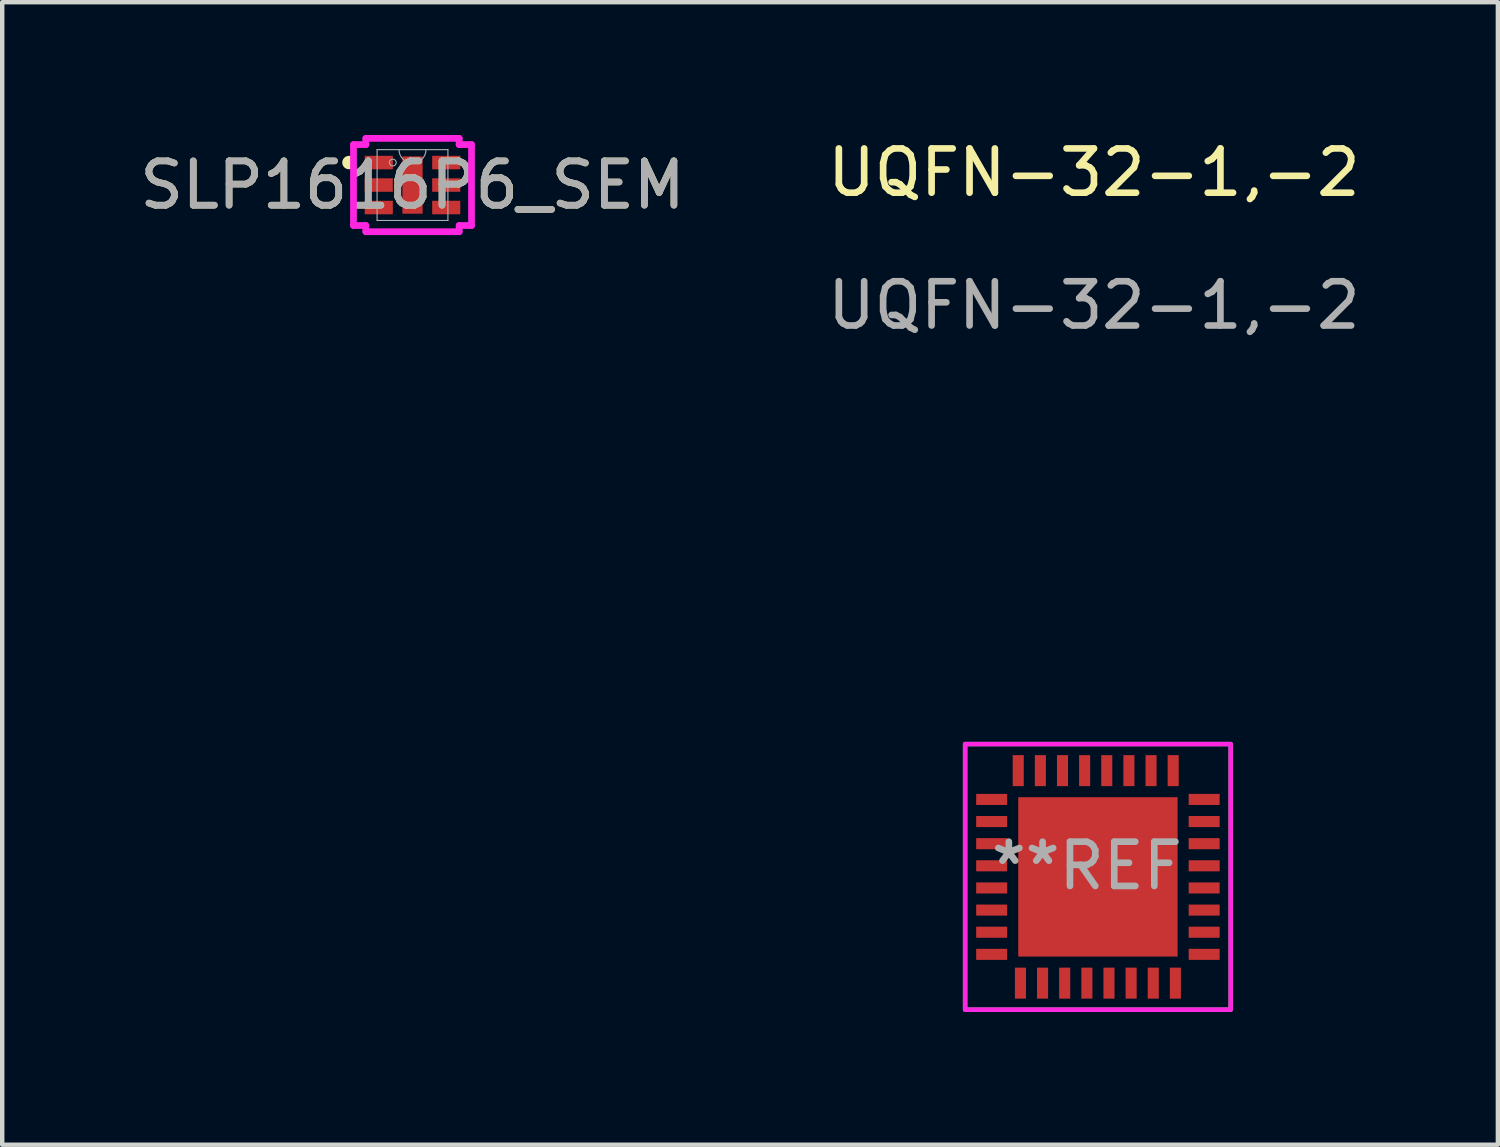
<source format=kicad_pcb>
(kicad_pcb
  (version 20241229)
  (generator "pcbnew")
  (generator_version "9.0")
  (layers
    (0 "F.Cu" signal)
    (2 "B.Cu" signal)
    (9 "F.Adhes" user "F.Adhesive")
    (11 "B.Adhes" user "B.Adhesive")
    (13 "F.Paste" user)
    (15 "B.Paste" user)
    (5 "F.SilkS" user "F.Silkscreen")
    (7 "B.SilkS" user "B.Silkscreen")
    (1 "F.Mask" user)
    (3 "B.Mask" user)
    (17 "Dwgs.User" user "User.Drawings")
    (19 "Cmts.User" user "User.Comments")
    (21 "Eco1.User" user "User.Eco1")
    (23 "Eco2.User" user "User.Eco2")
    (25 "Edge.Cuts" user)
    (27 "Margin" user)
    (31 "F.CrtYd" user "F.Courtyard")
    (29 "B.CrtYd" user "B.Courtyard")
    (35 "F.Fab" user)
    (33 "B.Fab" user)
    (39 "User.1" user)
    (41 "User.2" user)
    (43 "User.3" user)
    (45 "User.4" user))
  (footprint "UQFN-32-1,-2"
    (layer "F.Cu")
    (at 21.751 16.758)
    (property "Reference" "UQFN-32-1,-2" (at -0.09 -15.91 0) (unlocked yes) (layer "F.SilkS") (effects (font (size 1 1) (thickness 0.15))))
    (attr smd)
    (fp_rect (start -3 -3) (end 3 3) (stroke (width 0.1) (type solid)) (fill no) (layer "F.CrtYd"))
    (fp_rect (start -3 -3) (end 3 3) (stroke (width 0.1) (type solid)) (fill no) (layer "F.Fab"))
    (fp_text user "${REFERENCE}" (at -0.09 -12.91 0) (unlocked yes) (layer "F.Fab") (effects (font (size 1 1) (thickness 0.15))))
    (fp_text user "**REF" (at -0.25 -0.25 0) (unlocked yes) (layer "F.Fab") (effects (font (size 1 1) (thickness 0.15))))
    (pad "1" smd rect (at 1.7 -2.4 180) (size 0.25 0.7) (layers "F.Cu" "F.Mask" "F.Paste"))
    (pad "2" smd rect (at 1.2 -2.4 180) (size 0.25 0.7) (layers "F.Cu" "F.Mask" "F.Paste"))
    (pad "3" smd rect (at 0.7 -2.4) (size 0.25 0.7) (layers "F.Cu" "F.Mask" "F.Paste"))
    (pad "4" smd rect (at 0.2 -2.4 180) (size 0.25 0.7) (layers "F.Cu" "F.Mask" "F.Paste"))
    (pad "5" smd rect (at -0.3 -2.4 180) (size 0.25 0.7) (layers "F.Cu" "F.Mask" "F.Paste"))
    (pad "6" smd rect (at -0.8 -2.4 180) (size 0.25 0.7) (layers "F.Cu" "F.Mask" "F.Paste"))
    (pad "7" smd rect (at -1.3 -2.4 180) (size 0.25 0.7) (layers "F.Cu" "F.Mask" "F.Paste"))
    (pad "8" smd rect (at -1.8 -2.4 180) (size 0.25 0.7) (layers "F.Cu" "F.Mask" "F.Paste"))
    (pad "9" smd rect (at -2.4 -1.75 90) (size 0.25 0.7) (layers "F.Cu" "F.Mask" "F.Paste"))
    (pad "10" smd rect (at -2.4 -1.25 90) (size 0.25 0.7) (layers "F.Cu" "F.Mask" "F.Paste"))
    (pad "11" smd rect (at -2.4 -0.75 90) (size 0.25 0.7) (layers "F.Cu" "F.Mask" "F.Paste"))
    (pad "12" smd rect (at -2.4 -0.25 90) (size 0.25 0.7) (layers "F.Cu" "F.Mask" "F.Paste"))
    (pad "13" smd rect (at -2.4 0.25 90) (size 0.25 0.7) (layers "F.Cu" "F.Mask" "F.Paste"))
    (pad "14" smd rect (at -2.4 0.75 90) (size 0.25 0.7) (layers "F.Cu" "F.Mask" "F.Paste"))
    (pad "15" smd rect (at -2.4 1.25 90) (size 0.25 0.7) (layers "F.Cu" "F.Mask" "F.Paste"))
    (pad "16" smd rect (at -2.4 1.75 90) (size 0.25 0.7) (layers "F.Cu" "F.Mask" "F.Paste"))
    (pad "17" smd rect (at -1.75 2.4 180) (size 0.25 0.7) (layers "F.Cu" "F.Mask" "F.Paste"))
    (pad "18" smd rect (at -1.25 2.4 180) (size 0.25 0.7) (layers "F.Cu" "F.Mask" "F.Paste"))
    (pad "19" smd rect (at -0.75 2.4 180) (size 0.25 0.7) (layers "F.Cu" "F.Mask" "F.Paste"))
    (pad "20" smd rect (at -0.25 2.4 180) (size 0.25 0.7) (layers "F.Cu" "F.Mask" "F.Paste"))
    (pad "21" smd rect (at 0.25 2.4 180) (size 0.25 0.7) (layers "F.Cu" "F.Mask" "F.Paste"))
    (pad "22" smd rect (at 0.75 2.4 180) (size 0.25 0.7) (layers "F.Cu" "F.Mask" "F.Paste"))
    (pad "23" smd rect (at 1.25 2.4 180) (size 0.25 0.7) (layers "F.Cu" "F.Mask" "F.Paste"))
    (pad "24" smd rect (at 1.75 2.4 180) (size 0.25 0.7) (layers "F.Cu" "F.Mask" "F.Paste"))
    (pad "25" smd rect (at 2.4 1.75 90) (size 0.25 0.7) (layers "F.Cu" "F.Mask" "F.Paste"))
    (pad "26" smd rect (at 2.4 1.25 90) (size 0.25 0.7) (layers "F.Cu" "F.Mask" "F.Paste"))
    (pad "27" smd rect (at 2.4 0.75 90) (size 0.25 0.7) (layers "F.Cu" "F.Mask" "F.Paste"))
    (pad "28" smd rect (at 2.4 0.25 90) (size 0.25 0.7) (layers "F.Cu" "F.Mask" "F.Paste"))
    (pad "29" smd rect (at 2.4 -0.25 90) (size 0.25 0.7) (layers "F.Cu" "F.Mask" "F.Paste"))
    (pad "30" smd rect (at 2.4 -0.75 90) (size 0.25 0.7) (layers "F.Cu" "F.Mask" "F.Paste"))
    (pad "31" smd rect (at 2.4 -1.25 90) (size 0.25 0.7) (layers "F.Cu" "F.Mask" "F.Paste"))
    (pad "32" smd rect (at 2.4 -1.75 90) (size 0.25 0.7) (layers "F.Cu" "F.Mask" "F.Paste"))
    (pad "33" smd rect (at 0 0 90) (size 3.6 3.6) (layers "F.Cu" "F.Mask" "F.Paste")))
  (footprint "SLP1616P6_SEM"
    (layer "F.Cu")
    (at 6.268 1.13)
    (property "Reference" "SLP1616P6_SEM" (at 0 0 0) (unlocked yes) (layer "F.SilkS") (effects (font (size 1 1) (thickness 0.15))))
    (attr smd)
    (fp_arc (start -1.41224 -0.43531) (mid -1.5113 -0.508) (end -1.41224 -0.58069) (stroke (width 0.1524) (type solid)) (layer "F.SilkS"))
    (fp_line (start -1.333 -0.914) (end -1.054 -0.914) (stroke (width 0.152) (type solid)) (layer "F.CrtYd"))
    (fp_line (start -1.333 0.914) (end -1.333 -0.914) (stroke (width 0.152) (type solid)) (layer "F.CrtYd"))
    (fp_line (start -1.333 0.914) (end -1.054 0.914) (stroke (width 0.152) (type solid)) (layer "F.CrtYd"))
    (fp_line (start -1.054 -1.054) (end 1.054 -1.054) (stroke (width 0.152) (type solid)) (layer "F.CrtYd"))
    (fp_line (start -1.054 -0.914) (end -1.054 -1.054) (stroke (width 0.152) (type solid)) (layer "F.CrtYd"))
    (fp_line (start -1.054 1.054) (end -1.054 0.914) (stroke (width 0.152) (type solid)) (layer "F.CrtYd"))
    (fp_line (start 1.054 -1.054) (end 1.054 -0.914) (stroke (width 0.152) (type solid)) (layer "F.CrtYd"))
    (fp_line (start 1.054 0.914) (end 1.054 1.054) (stroke (width 0.152) (type solid)) (layer "F.CrtYd"))
    (fp_line (start 1.054 1.054) (end -1.054 1.054) (stroke (width 0.152) (type solid)) (layer "F.CrtYd"))
    (fp_line (start 1.333 -0.914) (end 1.054 -0.914) (stroke (width 0.152) (type solid)) (layer "F.CrtYd"))
    (fp_line (start 1.333 -0.914) (end 1.333 0.914) (stroke (width 0.152) (type solid)) (layer "F.CrtYd"))
    (fp_line (start 1.333 0.914) (end 1.054 0.914) (stroke (width 0.152) (type solid)) (layer "F.CrtYd"))
    (fp_line (start -0.8 -0.8) (end -0.8 0.8) (stroke (width 0.025) (type solid)) (layer "F.Fab"))
    (fp_line (start -0.8 0.8) (end 0.8 0.8) (stroke (width 0.025) (type solid)) (layer "F.Fab"))
    (fp_line (start 0.8 -0.8) (end -0.8 -0.8) (stroke (width 0.025) (type solid)) (layer "F.Fab"))
    (fp_line (start 0.8 0.8) (end 0.8 -0.8) (stroke (width 0.025) (type solid)) (layer "F.Fab"))
    (fp_arc (start 0.3048 -0.8001) (mid 0 -0.4953) (end -0.3048 -0.8001) (stroke (width 0.0254) (type solid)) (layer "F.Fab"))
    (fp_circle (center -0.445 -0.508) (end -0.368 -0.508) (stroke (width 0.025) (type solid)) (fill no) (layer "F.Fab"))
    (fp_text user "${REFERENCE}" (at 0 0 0) (unlocked yes) (layer "F.Fab") (effects (font (size 1 1) (thickness 0.15))))
    (pad "1" smd rect (at -0.762 -0.508) (size 0.635 0.305) (layers "F.Cu" "F.Mask" "F.Paste"))
    (pad "2" smd rect (at -0.762 0) (size 0.635 0.305) (layers "F.Cu" "F.Mask" "F.Paste"))
    (pad "3" smd rect (at -0.762 0.508) (size 0.635 0.305) (layers "F.Cu" "F.Mask" "F.Paste"))
    (pad "4" smd rect (at 0.762 0.508) (size 0.635 0.305) (layers "F.Cu" "F.Mask" "F.Paste"))
    (pad "5" smd rect (at 0.762 0) (size 0.635 0.305) (layers "F.Cu" "F.Mask" "F.Paste"))
    (pad "6" smd rect (at 0.762 -0.508) (size 0.635 0.305) (layers "F.Cu" "F.Mask" "F.Paste"))
    (pad "7" smd rect (at 0 0) (size 0.457 1.295) (layers "F.Cu" "F.Mask" "F.Paste")))
  (gr_rect
    (start -3 -3)
    (end 30.786 22.808)
    (stroke (width 0.1) (type default))
    (fill no)
    (layer "Edge.Cuts")))
</source>
